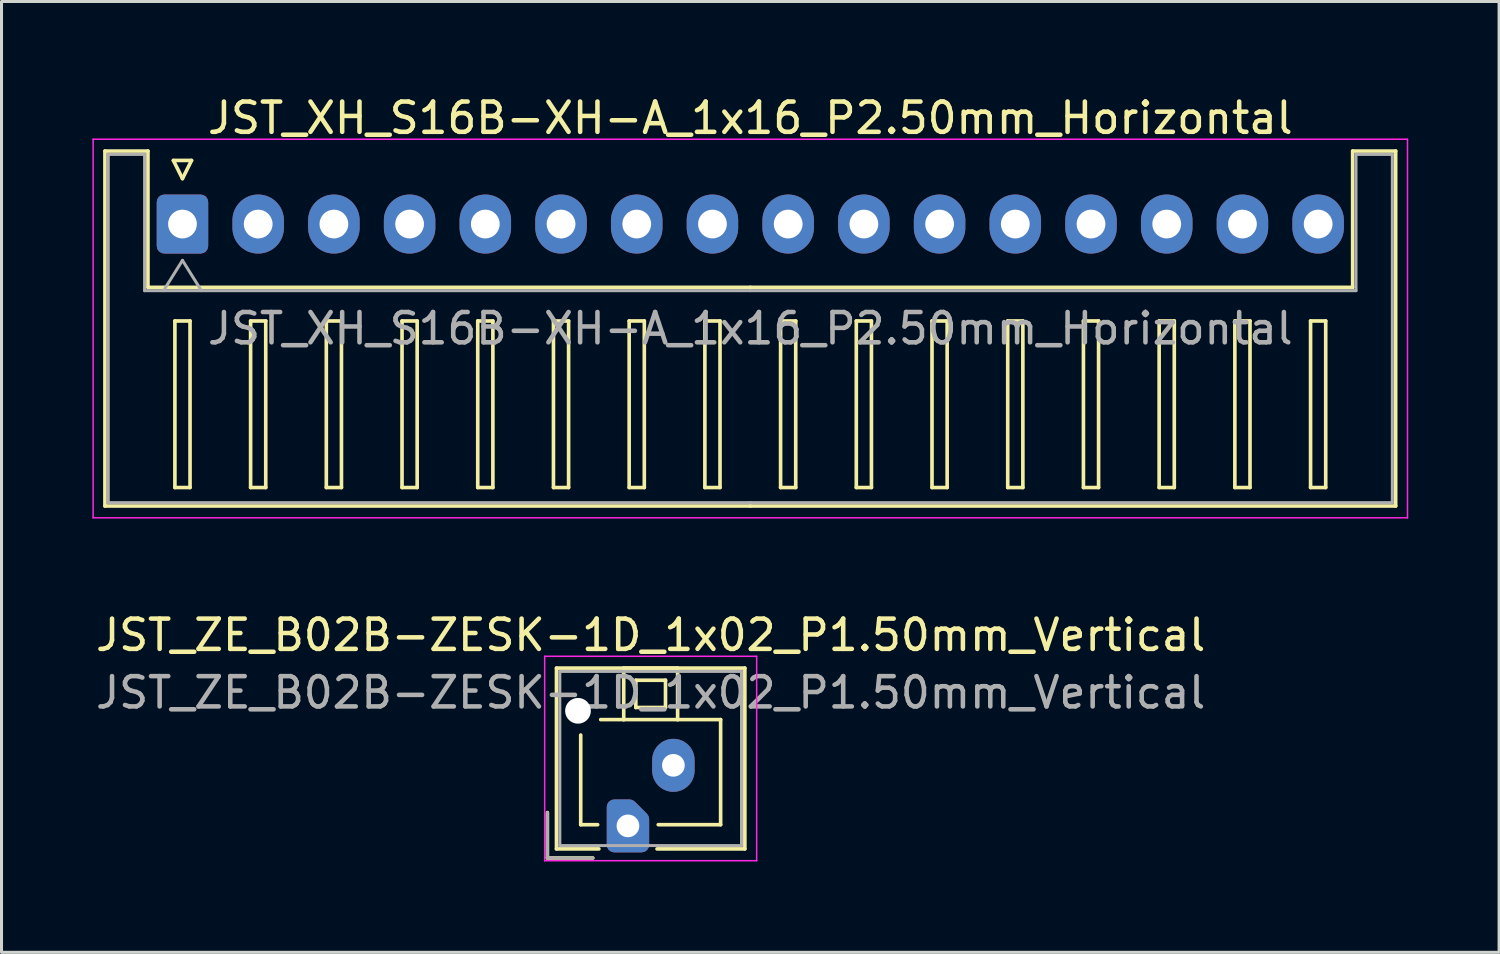
<source format=kicad_pcb>
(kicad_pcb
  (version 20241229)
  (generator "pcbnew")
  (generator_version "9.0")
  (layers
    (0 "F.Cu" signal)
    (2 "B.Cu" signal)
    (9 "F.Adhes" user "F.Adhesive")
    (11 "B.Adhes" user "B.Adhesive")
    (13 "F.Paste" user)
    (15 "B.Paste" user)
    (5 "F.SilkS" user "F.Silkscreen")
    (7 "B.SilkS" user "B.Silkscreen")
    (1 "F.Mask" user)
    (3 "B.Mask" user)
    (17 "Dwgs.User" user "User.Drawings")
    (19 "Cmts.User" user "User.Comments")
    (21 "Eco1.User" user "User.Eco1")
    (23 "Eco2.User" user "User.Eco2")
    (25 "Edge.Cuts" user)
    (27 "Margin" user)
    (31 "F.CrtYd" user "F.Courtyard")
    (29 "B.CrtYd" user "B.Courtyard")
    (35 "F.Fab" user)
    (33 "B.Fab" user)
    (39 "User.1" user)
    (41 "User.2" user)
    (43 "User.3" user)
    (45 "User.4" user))
  (footprint "JST_XH_S16B-XH-A_1x16_P2.50mm_Horizontal"
    (layer "F.Cu")
    (at 2.975 4.348)
    (property "Reference" "JST_XH_S16B-XH-A_1x16_P2.50mm_Horizontal" (at 18.75 -3.5 0) (layer "F.SilkS") (effects (font (size 1 1) (thickness 0.15))))
    (attr through_hole)
    (fp_line (start -2.56 -2.41) (end -1.14 -2.41) (stroke (width 0.12) (type solid)) (layer "F.SilkS"))
    (fp_line (start -2.56 9.31) (end -2.56 -2.41) (stroke (width 0.12) (type solid)) (layer "F.SilkS"))
    (fp_line (start -1.14 -2.41) (end -1.14 2.09) (stroke (width 0.12) (type solid)) (layer "F.SilkS"))
    (fp_line (start -1.14 2.09) (end 18.75 2.09) (stroke (width 0.12) (type solid)) (layer "F.SilkS"))
    (fp_line (start -0.3 -2.1) (end 0.3 -2.1) (stroke (width 0.12) (type solid)) (layer "F.SilkS"))
    (fp_line (start -0.25 3.2) (end -0.25 8.7) (stroke (width 0.12) (type solid)) (layer "F.SilkS"))
    (fp_line (start -0.25 8.7) (end 0.25 8.7) (stroke (width 0.12) (type solid)) (layer "F.SilkS"))
    (fp_line (start 0 -1.5) (end -0.3 -2.1) (stroke (width 0.12) (type solid)) (layer "F.SilkS"))
    (fp_line (start 0.25 3.2) (end -0.25 3.2) (stroke (width 0.12) (type solid)) (layer "F.SilkS"))
    (fp_line (start 0.25 8.7) (end 0.25 3.2) (stroke (width 0.12) (type solid)) (layer "F.SilkS"))
    (fp_line (start 0.3 -2.1) (end 0 -1.5) (stroke (width 0.12) (type solid)) (layer "F.SilkS"))
    (fp_line (start 2.25 3.2) (end 2.25 8.7) (stroke (width 0.12) (type solid)) (layer "F.SilkS"))
    (fp_line (start 2.25 8.7) (end 2.75 8.7) (stroke (width 0.12) (type solid)) (layer "F.SilkS"))
    (fp_line (start 2.75 3.2) (end 2.25 3.2) (stroke (width 0.12) (type solid)) (layer "F.SilkS"))
    (fp_line (start 2.75 8.7) (end 2.75 3.2) (stroke (width 0.12) (type solid)) (layer "F.SilkS"))
    (fp_line (start 4.75 3.2) (end 4.75 8.7) (stroke (width 0.12) (type solid)) (layer "F.SilkS"))
    (fp_line (start 4.75 8.7) (end 5.25 8.7) (stroke (width 0.12) (type solid)) (layer "F.SilkS"))
    (fp_line (start 5.25 3.2) (end 4.75 3.2) (stroke (width 0.12) (type solid)) (layer "F.SilkS"))
    (fp_line (start 5.25 8.7) (end 5.25 3.2) (stroke (width 0.12) (type solid)) (layer "F.SilkS"))
    (fp_line (start 7.25 3.2) (end 7.25 8.7) (stroke (width 0.12) (type solid)) (layer "F.SilkS"))
    (fp_line (start 7.25 8.7) (end 7.75 8.7) (stroke (width 0.12) (type solid)) (layer "F.SilkS"))
    (fp_line (start 7.75 3.2) (end 7.25 3.2) (stroke (width 0.12) (type solid)) (layer "F.SilkS"))
    (fp_line (start 7.75 8.7) (end 7.75 3.2) (stroke (width 0.12) (type solid)) (layer "F.SilkS"))
    (fp_line (start 9.75 3.2) (end 9.75 8.7) (stroke (width 0.12) (type solid)) (layer "F.SilkS"))
    (fp_line (start 9.75 8.7) (end 10.25 8.7) (stroke (width 0.12) (type solid)) (layer "F.SilkS"))
    (fp_line (start 10.25 3.2) (end 9.75 3.2) (stroke (width 0.12) (type solid)) (layer "F.SilkS"))
    (fp_line (start 10.25 8.7) (end 10.25 3.2) (stroke (width 0.12) (type solid)) (layer "F.SilkS"))
    (fp_line (start 12.25 3.2) (end 12.25 8.7) (stroke (width 0.12) (type solid)) (layer "F.SilkS"))
    (fp_line (start 12.25 8.7) (end 12.75 8.7) (stroke (width 0.12) (type solid)) (layer "F.SilkS"))
    (fp_line (start 12.75 3.2) (end 12.25 3.2) (stroke (width 0.12) (type solid)) (layer "F.SilkS"))
    (fp_line (start 12.75 8.7) (end 12.75 3.2) (stroke (width 0.12) (type solid)) (layer "F.SilkS"))
    (fp_line (start 14.75 3.2) (end 14.75 8.7) (stroke (width 0.12) (type solid)) (layer "F.SilkS"))
    (fp_line (start 14.75 8.7) (end 15.25 8.7) (stroke (width 0.12) (type solid)) (layer "F.SilkS"))
    (fp_line (start 15.25 3.2) (end 14.75 3.2) (stroke (width 0.12) (type solid)) (layer "F.SilkS"))
    (fp_line (start 15.25 8.7) (end 15.25 3.2) (stroke (width 0.12) (type solid)) (layer "F.SilkS"))
    (fp_line (start 17.25 3.2) (end 17.25 8.7) (stroke (width 0.12) (type solid)) (layer "F.SilkS"))
    (fp_line (start 17.25 8.7) (end 17.75 8.7) (stroke (width 0.12) (type solid)) (layer "F.SilkS"))
    (fp_line (start 17.75 3.2) (end 17.25 3.2) (stroke (width 0.12) (type solid)) (layer "F.SilkS"))
    (fp_line (start 17.75 8.7) (end 17.75 3.2) (stroke (width 0.12) (type solid)) (layer "F.SilkS"))
    (fp_line (start 18.75 9.31) (end -2.56 9.31) (stroke (width 0.12) (type solid)) (layer "F.SilkS"))
    (fp_line (start 18.75 9.31) (end 40.06 9.31) (stroke (width 0.12) (type solid)) (layer "F.SilkS"))
    (fp_line (start 19.75 3.2) (end 19.75 8.7) (stroke (width 0.12) (type solid)) (layer "F.SilkS"))
    (fp_line (start 19.75 8.7) (end 20.25 8.7) (stroke (width 0.12) (type solid)) (layer "F.SilkS"))
    (fp_line (start 20.25 3.2) (end 19.75 3.2) (stroke (width 0.12) (type solid)) (layer "F.SilkS"))
    (fp_line (start 20.25 8.7) (end 20.25 3.2) (stroke (width 0.12) (type solid)) (layer "F.SilkS"))
    (fp_line (start 22.25 3.2) (end 22.25 8.7) (stroke (width 0.12) (type solid)) (layer "F.SilkS"))
    (fp_line (start 22.25 8.7) (end 22.75 8.7) (stroke (width 0.12) (type solid)) (layer "F.SilkS"))
    (fp_line (start 22.75 3.2) (end 22.25 3.2) (stroke (width 0.12) (type solid)) (layer "F.SilkS"))
    (fp_line (start 22.75 8.7) (end 22.75 3.2) (stroke (width 0.12) (type solid)) (layer "F.SilkS"))
    (fp_line (start 24.75 3.2) (end 24.75 8.7) (stroke (width 0.12) (type solid)) (layer "F.SilkS"))
    (fp_line (start 24.75 8.7) (end 25.25 8.7) (stroke (width 0.12) (type solid)) (layer "F.SilkS"))
    (fp_line (start 25.25 3.2) (end 24.75 3.2) (stroke (width 0.12) (type solid)) (layer "F.SilkS"))
    (fp_line (start 25.25 8.7) (end 25.25 3.2) (stroke (width 0.12) (type solid)) (layer "F.SilkS"))
    (fp_line (start 27.25 3.2) (end 27.25 8.7) (stroke (width 0.12) (type solid)) (layer "F.SilkS"))
    (fp_line (start 27.25 8.7) (end 27.75 8.7) (stroke (width 0.12) (type solid)) (layer "F.SilkS"))
    (fp_line (start 27.75 3.2) (end 27.25 3.2) (stroke (width 0.12) (type solid)) (layer "F.SilkS"))
    (fp_line (start 27.75 8.7) (end 27.75 3.2) (stroke (width 0.12) (type solid)) (layer "F.SilkS"))
    (fp_line (start 29.75 3.2) (end 29.75 8.7) (stroke (width 0.12) (type solid)) (layer "F.SilkS"))
    (fp_line (start 29.75 8.7) (end 30.25 8.7) (stroke (width 0.12) (type solid)) (layer "F.SilkS"))
    (fp_line (start 30.25 3.2) (end 29.75 3.2) (stroke (width 0.12) (type solid)) (layer "F.SilkS"))
    (fp_line (start 30.25 8.7) (end 30.25 3.2) (stroke (width 0.12) (type solid)) (layer "F.SilkS"))
    (fp_line (start 32.25 3.2) (end 32.25 8.7) (stroke (width 0.12) (type solid)) (layer "F.SilkS"))
    (fp_line (start 32.25 8.7) (end 32.75 8.7) (stroke (width 0.12) (type solid)) (layer "F.SilkS"))
    (fp_line (start 32.75 3.2) (end 32.25 3.2) (stroke (width 0.12) (type solid)) (layer "F.SilkS"))
    (fp_line (start 32.75 8.7) (end 32.75 3.2) (stroke (width 0.12) (type solid)) (layer "F.SilkS"))
    (fp_line (start 34.75 3.2) (end 34.75 8.7) (stroke (width 0.12) (type solid)) (layer "F.SilkS"))
    (fp_line (start 34.75 8.7) (end 35.25 8.7) (stroke (width 0.12) (type solid)) (layer "F.SilkS"))
    (fp_line (start 35.25 3.2) (end 34.75 3.2) (stroke (width 0.12) (type solid)) (layer "F.SilkS"))
    (fp_line (start 35.25 8.7) (end 35.25 3.2) (stroke (width 0.12) (type solid)) (layer "F.SilkS"))
    (fp_line (start 37.25 3.2) (end 37.25 8.7) (stroke (width 0.12) (type solid)) (layer "F.SilkS"))
    (fp_line (start 37.25 8.7) (end 37.75 8.7) (stroke (width 0.12) (type solid)) (layer "F.SilkS"))
    (fp_line (start 37.75 3.2) (end 37.25 3.2) (stroke (width 0.12) (type solid)) (layer "F.SilkS"))
    (fp_line (start 37.75 8.7) (end 37.75 3.2) (stroke (width 0.12) (type solid)) (layer "F.SilkS"))
    (fp_line (start 38.64 -2.41) (end 38.64 2.09) (stroke (width 0.12) (type solid)) (layer "F.SilkS"))
    (fp_line (start 38.64 2.09) (end 18.75 2.09) (stroke (width 0.12) (type solid)) (layer "F.SilkS"))
    (fp_line (start 40.06 -2.41) (end 38.64 -2.41) (stroke (width 0.12) (type solid)) (layer "F.SilkS"))
    (fp_line (start 40.06 9.31) (end 40.06 -2.41) (stroke (width 0.12) (type solid)) (layer "F.SilkS"))
    (fp_line (start -2.95 -2.8) (end -2.95 9.7) (stroke (width 0.05) (type solid)) (layer "F.CrtYd"))
    (fp_line (start -2.95 9.7) (end 40.45 9.7) (stroke (width 0.05) (type solid)) (layer "F.CrtYd"))
    (fp_line (start 40.45 -2.8) (end -2.95 -2.8) (stroke (width 0.05) (type solid)) (layer "F.CrtYd"))
    (fp_line (start 40.45 9.7) (end 40.45 -2.8) (stroke (width 0.05) (type solid)) (layer "F.CrtYd"))
    (fp_line (start -2.45 -2.3) (end -1.25 -2.3) (stroke (width 0.1) (type solid)) (layer "F.Fab"))
    (fp_line (start -2.45 9.2) (end -2.45 -2.3) (stroke (width 0.1) (type solid)) (layer "F.Fab"))
    (fp_line (start -1.25 -2.3) (end -1.25 2.2) (stroke (width 0.1) (type solid)) (layer "F.Fab"))
    (fp_line (start -1.25 2.2) (end 18.75 2.2) (stroke (width 0.1) (type solid)) (layer "F.Fab"))
    (fp_line (start -0.625 2.2) (end 0 1.2) (stroke (width 0.1) (type solid)) (layer "F.Fab"))
    (fp_line (start 0 1.2) (end 0.625 2.2) (stroke (width 0.1) (type solid)) (layer "F.Fab"))
    (fp_line (start 18.75 9.2) (end -2.45 9.2) (stroke (width 0.1) (type solid)) (layer "F.Fab"))
    (fp_line (start 18.75 9.2) (end 39.95 9.2) (stroke (width 0.1) (type solid)) (layer "F.Fab"))
    (fp_line (start 38.75 -2.3) (end 38.75 2.2) (stroke (width 0.1) (type solid)) (layer "F.Fab"))
    (fp_line (start 38.75 2.2) (end 18.75 2.2) (stroke (width 0.1) (type solid)) (layer "F.Fab"))
    (fp_line (start 39.95 -2.3) (end 38.75 -2.3) (stroke (width 0.1) (type solid)) (layer "F.Fab"))
    (fp_line (start 39.95 9.2) (end 39.95 -2.3) (stroke (width 0.1) (type solid)) (layer "F.Fab"))
    (fp_text user "${REFERENCE}" (at 18.75 3.45 0) (layer "F.Fab") (effects (font (size 1 1) (thickness 0.15))))
    (pad "1" thru_hole roundrect (at 0 0) (size 1.7 1.95) (drill 0.95) (layers "*.Cu" "*.Mask") (roundrect_rratio 0.147))
    (pad "2" thru_hole oval (at 2.5 0) (size 1.7 1.95) (drill 0.95) (layers "*.Cu" "*.Mask"))
    (pad "3" thru_hole oval (at 5 0) (size 1.7 1.95) (drill 0.95) (layers "*.Cu" "*.Mask"))
    (pad "4" thru_hole oval (at 7.5 0) (size 1.7 1.95) (drill 0.95) (layers "*.Cu" "*.Mask"))
    (pad "5" thru_hole oval (at 10 0) (size 1.7 1.95) (drill 0.95) (layers "*.Cu" "*.Mask"))
    (pad "6" thru_hole oval (at 12.5 0) (size 1.7 1.95) (drill 0.95) (layers "*.Cu" "*.Mask"))
    (pad "7" thru_hole oval (at 15 0) (size 1.7 1.95) (drill 0.95) (layers "*.Cu" "*.Mask"))
    (pad "8" thru_hole oval (at 17.5 0) (size 1.7 1.95) (drill 0.95) (layers "*.Cu" "*.Mask"))
    (pad "9" thru_hole oval (at 20 0) (size 1.7 1.95) (drill 0.95) (layers "*.Cu" "*.Mask"))
    (pad "10" thru_hole oval (at 22.5 0) (size 1.7 1.95) (drill 0.95) (layers "*.Cu" "*.Mask"))
    (pad "11" thru_hole oval (at 25 0) (size 1.7 1.95) (drill 0.95) (layers "*.Cu" "*.Mask"))
    (pad "12" thru_hole oval (at 27.5 0) (size 1.7 1.95) (drill 0.95) (layers "*.Cu" "*.Mask"))
    (pad "13" thru_hole oval (at 30 0) (size 1.7 1.95) (drill 0.95) (layers "*.Cu" "*.Mask"))
    (pad "14" thru_hole oval (at 32.5 0) (size 1.7 1.95) (drill 0.95) (layers "*.Cu" "*.Mask"))
    (pad "15" thru_hole oval (at 35 0) (size 1.7 1.95) (drill 0.95) (layers "*.Cu" "*.Mask"))
    (pad "16" thru_hole oval (at 37.5 0) (size 1.7 1.95) (drill 0.95) (layers "*.Cu" "*.Mask")))
  (footprint "JST_ZE_B02B-ZESK-1D_1x02_P1.50mm_Vertical"
    (layer "F.Cu")
    (at 17.685 24.221)
    (property "Reference" "JST_ZE_B02B-ZESK-1D_1x02_P1.50mm_Vertical" (at 0.75 -6.3 0) (layer "F.SilkS") (effects (font (size 1 1) (thickness 0.15))))
    (attr through_hole)
    (fp_line (start -2.66 -0.44) (end -2.66 1.06) (stroke (width 0.12) (type solid)) (layer "F.SilkS"))
    (fp_line (start -2.66 1.06) (end -1.16 1.06) (stroke (width 0.12) (type solid)) (layer "F.SilkS"))
    (fp_line (start -2.36 -5.21) (end 3.86 -5.21) (stroke (width 0.12) (type solid)) (layer "F.SilkS"))
    (fp_line (start -2.36 0.76) (end -2.36 -5.21) (stroke (width 0.12) (type solid)) (layer "F.SilkS"))
    (fp_line (start -1.56 -3) (end -1.56 -0.04) (stroke (width 0.12) (type solid)) (layer "F.SilkS"))
    (fp_line (start -1.56 -0.04) (end -1 -0.04) (stroke (width 0.12) (type solid)) (layer "F.SilkS"))
    (fp_line (start -0.96 0.76) (end -2.36 0.76) (stroke (width 0.12) (type solid)) (layer "F.SilkS"))
    (fp_line (start -0.14 -5.21) (end -0.14 -3.51) (stroke (width 0.12) (type solid)) (layer "F.SilkS"))
    (fp_line (start -0.14 -3.51) (end -0.9 -3.51) (stroke (width 0.12) (type solid)) (layer "F.SilkS"))
    (fp_line (start -0.14 -3.51) (end 1.64 -3.51) (stroke (width 0.12) (type solid)) (layer "F.SilkS"))
    (fp_line (start 0.26 -4.81) (end 0.26 -3.91) (stroke (width 0.12) (type solid)) (layer "F.SilkS"))
    (fp_line (start 0.26 -3.91) (end 1.24 -3.91) (stroke (width 0.12) (type solid)) (layer "F.SilkS"))
    (fp_line (start 1.24 -4.81) (end 0.26 -4.81) (stroke (width 0.12) (type solid)) (layer "F.SilkS"))
    (fp_line (start 1.24 -3.91) (end 1.24 -4.81) (stroke (width 0.12) (type solid)) (layer "F.SilkS"))
    (fp_line (start 1.64 -5.21) (end -0.14 -5.21) (stroke (width 0.12) (type solid)) (layer "F.SilkS"))
    (fp_line (start 1.64 -3.51) (end 1.64 -5.21) (stroke (width 0.12) (type solid)) (layer "F.SilkS"))
    (fp_line (start 1.64 -3.51) (end 3.06 -3.51) (stroke (width 0.12) (type solid)) (layer "F.SilkS"))
    (fp_line (start 3.06 -3.51) (end 3.06 -0.04) (stroke (width 0.12) (type solid)) (layer "F.SilkS"))
    (fp_line (start 3.06 -0.04) (end 1 -0.04) (stroke (width 0.12) (type solid)) (layer "F.SilkS"))
    (fp_line (start 3.86 -5.21) (end 3.86 0.76) (stroke (width 0.12) (type solid)) (layer "F.SilkS"))
    (fp_line (start 3.86 0.76) (end 0.96 0.76) (stroke (width 0.12) (type solid)) (layer "F.SilkS"))
    (fp_line (start -2.75 -5.6) (end -2.75 1.15) (stroke (width 0.05) (type solid)) (layer "F.CrtYd"))
    (fp_line (start -2.75 1.15) (end 4.25 1.15) (stroke (width 0.05) (type solid)) (layer "F.CrtYd"))
    (fp_line (start 4.25 -5.6) (end -2.75 -5.6) (stroke (width 0.05) (type solid)) (layer "F.CrtYd"))
    (fp_line (start 4.25 1.15) (end 4.25 -5.6) (stroke (width 0.05) (type solid)) (layer "F.CrtYd"))
    (fp_line (start -2.66 -0.44) (end -2.66 1.06) (stroke (width 0.1) (type solid)) (layer "F.Fab"))
    (fp_line (start -2.66 1.06) (end -1.16 1.06) (stroke (width 0.1) (type solid)) (layer "F.Fab"))
    (fp_line (start -2.25 -5.1) (end -2.25 0.65) (stroke (width 0.1) (type solid)) (layer "F.Fab"))
    (fp_line (start -2.25 0.65) (end 3.75 0.65) (stroke (width 0.1) (type solid)) (layer "F.Fab"))
    (fp_line (start 3.75 -5.1) (end -2.25 -5.1) (stroke (width 0.1) (type solid)) (layer "F.Fab"))
    (fp_line (start 3.75 0.65) (end 3.75 -5.1) (stroke (width 0.1) (type solid)) (layer "F.Fab"))
    (fp_text user "${REFERENCE}" (at 0.75 -4.4 0) (layer "F.Fab") (effects (font (size 1 1) (thickness 0.15))))
    (pad "" np_thru_hole circle (at -1.65 -3.8) (size 0.85 0.85) (drill 0.85) (layers "*.Cu" "*.Mask"))
    (pad "1" thru_hole custom (at 0 0) (size 1.117 1.117) (drill 0.75) (layers "*.Cu" "*.Mask") (options (anchor circle)) (primitives (gr_poly (pts (xy -0.45 -0.625) (xy 0.05 -0.625) (xy 0.45 -0.225) (xy 0.45 0.625) (xy -0.45 0.625)) (width 0.5) (fill yes))))
    (pad "2" thru_hole oval (at 1.5 -2) (size 1.4 1.75) (drill 0.75) (layers "*.Cu" "*.Mask")))
  (gr_rect
    (start -3 -3)
    (end 46.45 28.396)
    (stroke (width 0.1) (type default))
    (fill no)
    (layer "Edge.Cuts")))
</source>
